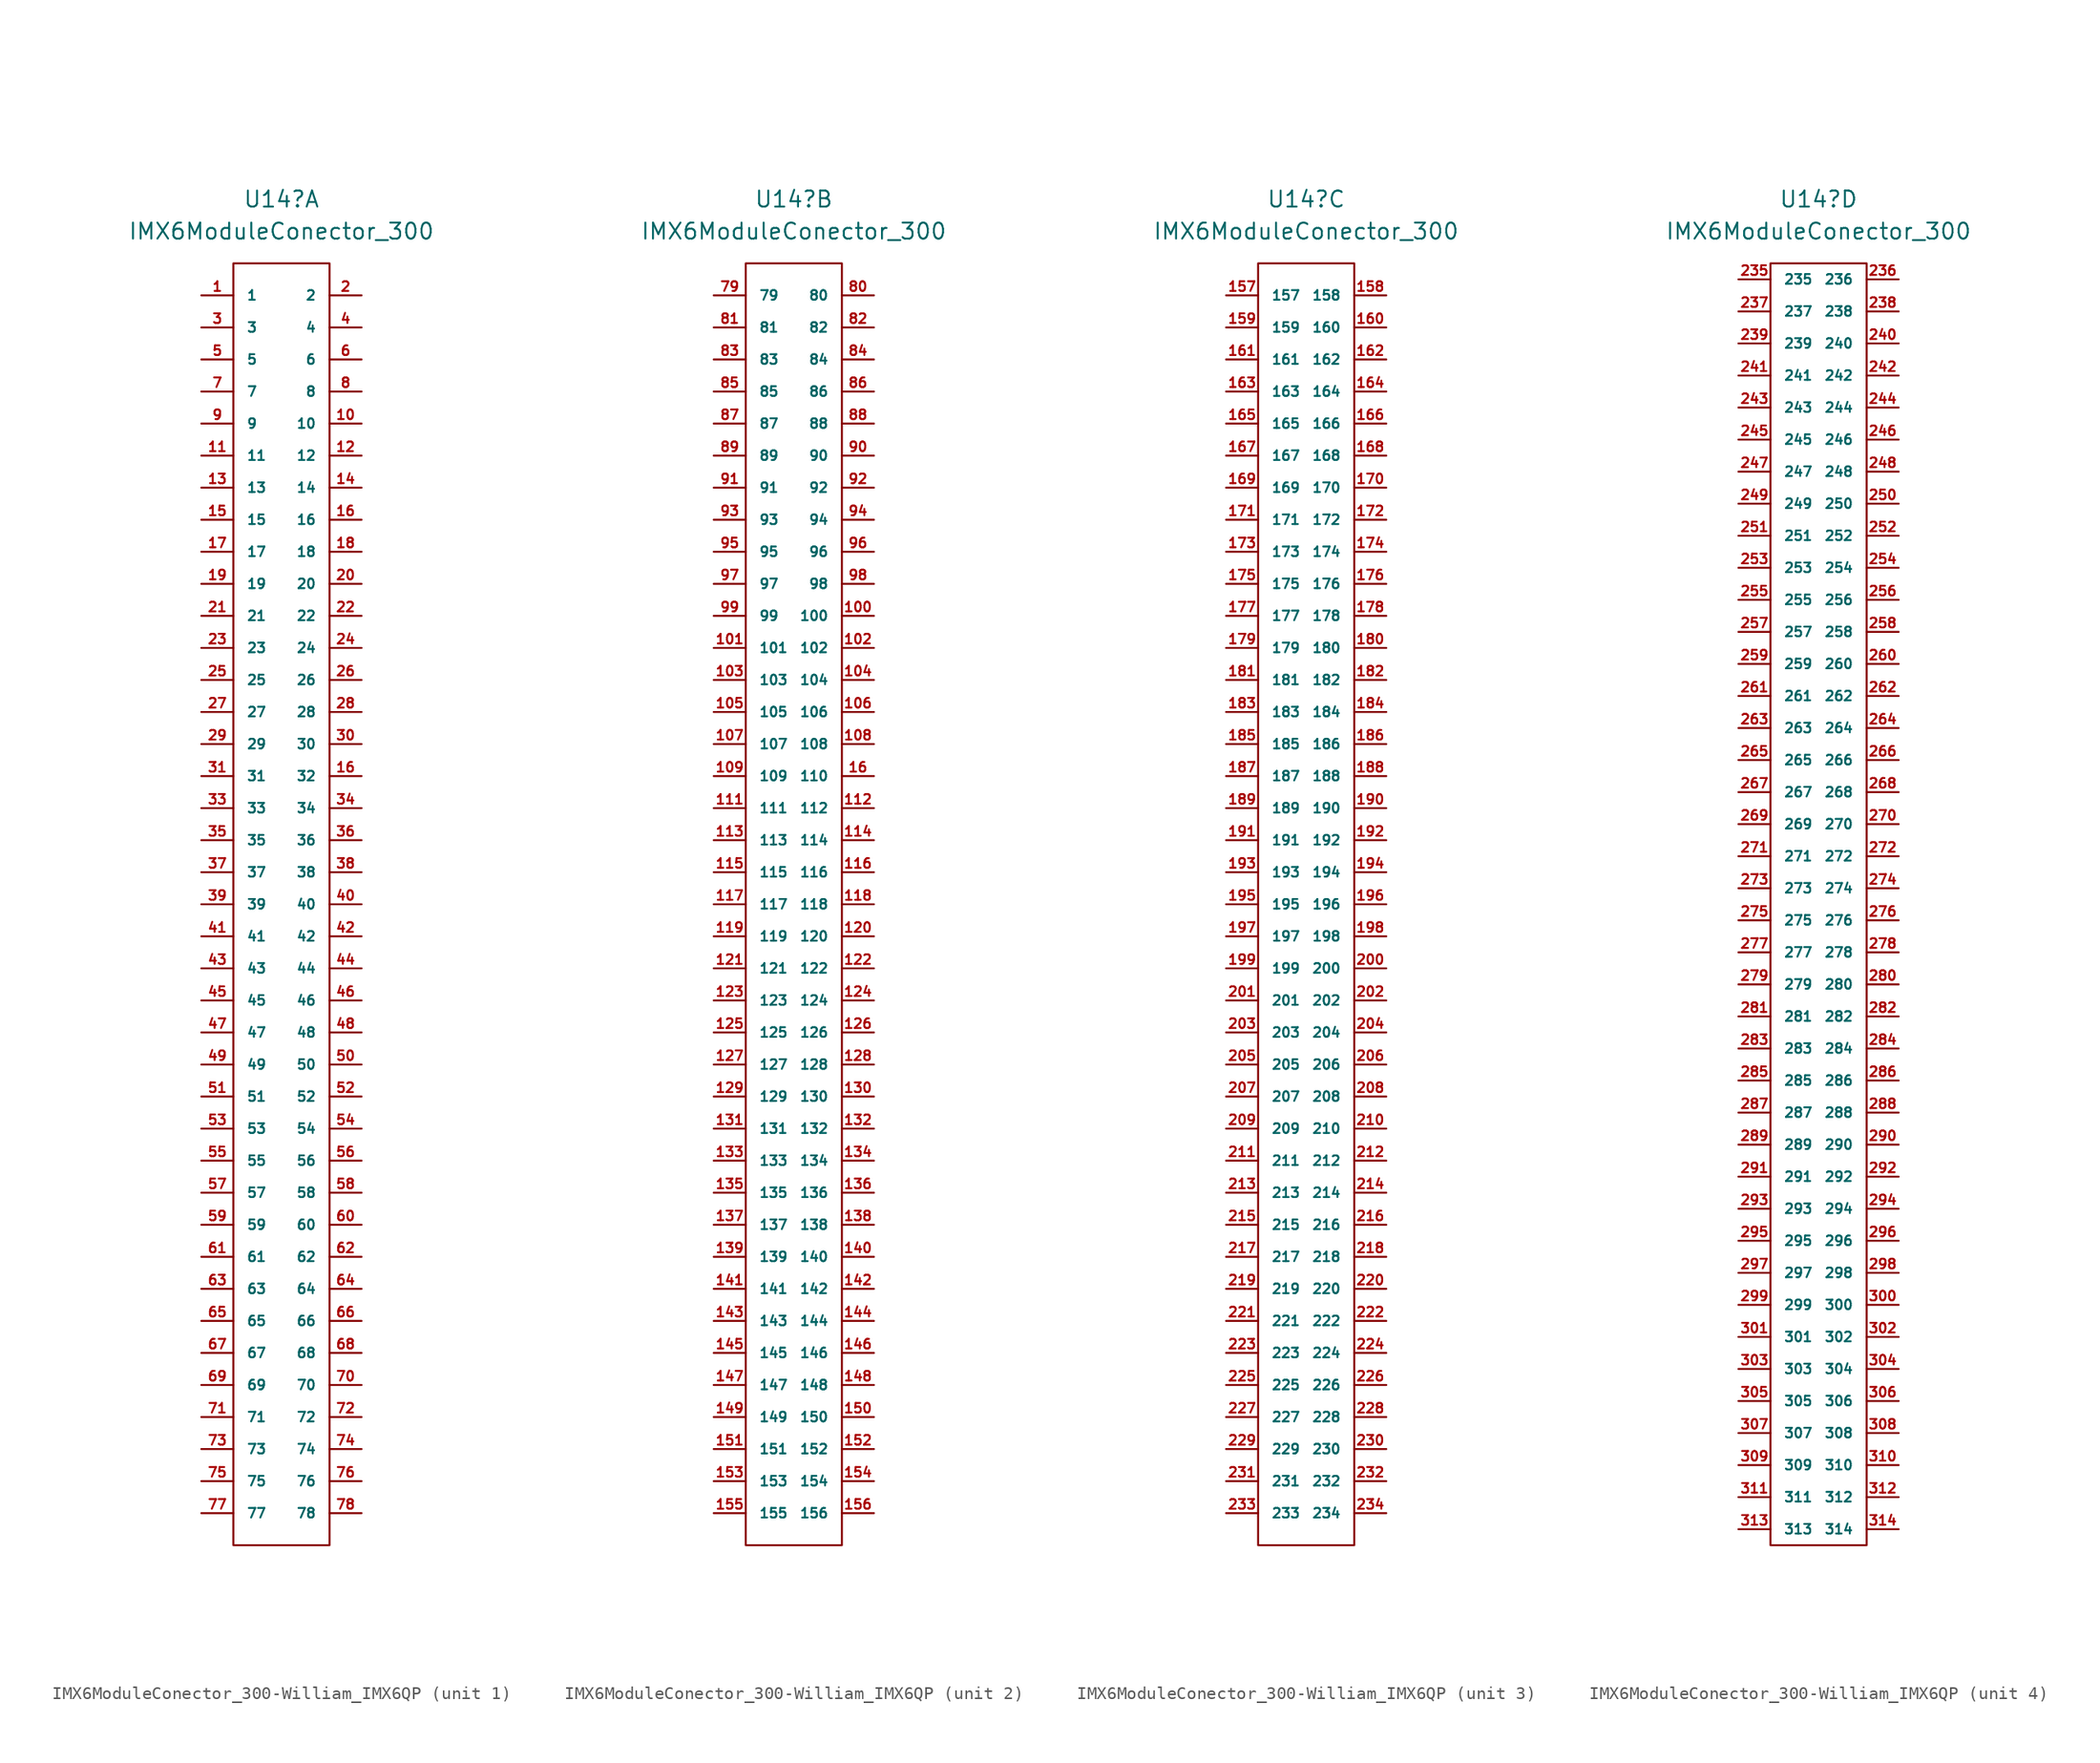
<source format=kicad_sym>
(kicad_symbol_lib
  (version 20231120)
  (generator "kicad_symbol_editor")
  (generator_version "8.0")
  (symbol "IMX6ModuleConector_300-William_IMX6QP"
    (pin_names
      (offset 1.016))
    (property "Reference" "U14"
      (at 0 0 0)
      (effects (font (size 1.27 1.27))))
    (property "Value" "IMX6ModuleConector_300"
      (at 0 -2.54 0)
      (effects (font (size 1.27 1.27))))
    (symbol "IMX6ModuleConector_300-William_IMX6QP_0_1"
      (rectangle (start -3.81 -5.08) (end 3.81 -106.68) (stroke (width 0) (type default)) (fill (type none))))
    (symbol "IMX6ModuleConector_300-William_IMX6QP_1_1"
      (pin input line (at -6.35 -7.62 0) (length 2.54) (name "1" (effects (font (size 0.762 0.762)))) (number "1" (effects (font (size 0.762 0.762)))))
      (pin input line (at 6.35 -17.78 180) (length 2.54) (name "10" (effects (font (size 0.762 0.762)))) (number "10" (effects (font (size 0.762 0.762)))))
      (pin input line (at -6.35 -20.32 0) (length 2.54) (name "11" (effects (font (size 0.762 0.762)))) (number "11" (effects (font (size 0.762 0.762)))))
      (pin input line (at 6.35 -20.32 180) (length 2.54) (name "12" (effects (font (size 0.762 0.762)))) (number "12" (effects (font (size 0.762 0.762)))))
      (pin input line (at -6.35 -22.86 0) (length 2.54) (name "13" (effects (font (size 0.762 0.762)))) (number "13" (effects (font (size 0.762 0.762)))))
      (pin input line (at 6.35 -22.86 180) (length 2.54) (name "14" (effects (font (size 0.762 0.762)))) (number "14" (effects (font (size 0.762 0.762)))))
      (pin input line (at -6.35 -25.4 0) (length 2.54) (name "15" (effects (font (size 0.762 0.762)))) (number "15" (effects (font (size 0.762 0.762)))))
      (pin input line (at 6.35 -25.4 180) (length 2.54) (name "16" (effects (font (size 0.762 0.762)))) (number "16" (effects (font (size 0.762 0.762)))))
      (pin input line (at 6.35 -45.72 180) (length 2.54) (name "32" (effects (font (size 0.762 0.762)))) (number "16" (effects (font (size 0.762 0.762)))))
      (pin input line (at -6.35 -27.94 0) (length 2.54) (name "17" (effects (font (size 0.762 0.762)))) (number "17" (effects (font (size 0.762 0.762)))))
      (pin input line (at 6.35 -27.94 180) (length 2.54) (name "18" (effects (font (size 0.762 0.762)))) (number "18" (effects (font (size 0.762 0.762)))))
      (pin input line (at -6.35 -30.48 0) (length 2.54) (name "19" (effects (font (size 0.762 0.762)))) (number "19" (effects (font (size 0.762 0.762)))))
      (pin input line (at 6.35 -7.62 180) (length 2.54) (name "2" (effects (font (size 0.762 0.762)))) (number "2" (effects (font (size 0.762 0.762)))))
      (pin input line (at 6.35 -30.48 180) (length 2.54) (name "20" (effects (font (size 0.762 0.762)))) (number "20" (effects (font (size 0.762 0.762)))))
      (pin input line (at -6.35 -33.02 0) (length 2.54) (name "21" (effects (font (size 0.762 0.762)))) (number "21" (effects (font (size 0.762 0.762)))))
      (pin input line (at 6.35 -33.02 180) (length 2.54) (name "22" (effects (font (size 0.762 0.762)))) (number "22" (effects (font (size 0.762 0.762)))))
      (pin input line (at -6.35 -35.56 0) (length 2.54) (name "23" (effects (font (size 0.762 0.762)))) (number "23" (effects (font (size 0.762 0.762)))))
      (pin input line (at 6.35 -35.56 180) (length 2.54) (name "24" (effects (font (size 0.762 0.762)))) (number "24" (effects (font (size 0.762 0.762)))))
      (pin input line (at -6.35 -38.1 0) (length 2.54) (name "25" (effects (font (size 0.762 0.762)))) (number "25" (effects (font (size 0.762 0.762)))))
      (pin input line (at 6.35 -38.1 180) (length 2.54) (name "26" (effects (font (size 0.762 0.762)))) (number "26" (effects (font (size 0.762 0.762)))))
      (pin input line (at -6.35 -40.64 0) (length 2.54) (name "27" (effects (font (size 0.762 0.762)))) (number "27" (effects (font (size 0.762 0.762)))))
      (pin input line (at 6.35 -40.64 180) (length 2.54) (name "28" (effects (font (size 0.762 0.762)))) (number "28" (effects (font (size 0.762 0.762)))))
      (pin input line (at -6.35 -43.18 0) (length 2.54) (name "29" (effects (font (size 0.762 0.762)))) (number "29" (effects (font (size 0.762 0.762)))))
      (pin input line (at -6.35 -10.16 0) (length 2.54) (name "3" (effects (font (size 0.762 0.762)))) (number "3" (effects (font (size 0.762 0.762)))))
      (pin input line (at 6.35 -43.18 180) (length 2.54) (name "30" (effects (font (size 0.762 0.762)))) (number "30" (effects (font (size 0.762 0.762)))))
      (pin input line (at -6.35 -45.72 0) (length 2.54) (name "31" (effects (font (size 0.762 0.762)))) (number "31" (effects (font (size 0.762 0.762)))))
      (pin input line (at -6.35 -48.26 0) (length 2.54) (name "33" (effects (font (size 0.762 0.762)))) (number "33" (effects (font (size 0.762 0.762)))))
      (pin input line (at 6.35 -48.26 180) (length 2.54) (name "34" (effects (font (size 0.762 0.762)))) (number "34" (effects (font (size 0.762 0.762)))))
      (pin input line (at -6.35 -50.8 0) (length 2.54) (name "35" (effects (font (size 0.762 0.762)))) (number "35" (effects (font (size 0.762 0.762)))))
      (pin input line (at 6.35 -50.8 180) (length 2.54) (name "36" (effects (font (size 0.762 0.762)))) (number "36" (effects (font (size 0.762 0.762)))))
      (pin input line (at -6.35 -53.34 0) (length 2.54) (name "37" (effects (font (size 0.762 0.762)))) (number "37" (effects (font (size 0.762 0.762)))))
      (pin input line (at 6.35 -53.34 180) (length 2.54) (name "38" (effects (font (size 0.762 0.762)))) (number "38" (effects (font (size 0.762 0.762)))))
      (pin input line (at -6.35 -55.88 0) (length 2.54) (name "39" (effects (font (size 0.762 0.762)))) (number "39" (effects (font (size 0.762 0.762)))))
      (pin input line (at 6.35 -10.16 180) (length 2.54) (name "4" (effects (font (size 0.762 0.762)))) (number "4" (effects (font (size 0.762 0.762)))))
      (pin input line (at 6.35 -55.88 180) (length 2.54) (name "40" (effects (font (size 0.762 0.762)))) (number "40" (effects (font (size 0.762 0.762)))))
      (pin input line (at -6.35 -58.42 0) (length 2.54) (name "41" (effects (font (size 0.762 0.762)))) (number "41" (effects (font (size 0.762 0.762)))))
      (pin input line (at 6.35 -58.42 180) (length 2.54) (name "42" (effects (font (size 0.762 0.762)))) (number "42" (effects (font (size 0.762 0.762)))))
      (pin input line (at -6.35 -60.96 0) (length 2.54) (name "43" (effects (font (size 0.762 0.762)))) (number "43" (effects (font (size 0.762 0.762)))))
      (pin input line (at 6.35 -60.96 180) (length 2.54) (name "44" (effects (font (size 0.762 0.762)))) (number "44" (effects (font (size 0.762 0.762)))))
      (pin input line (at -6.35 -63.5 0) (length 2.54) (name "45" (effects (font (size 0.762 0.762)))) (number "45" (effects (font (size 0.762 0.762)))))
      (pin input line (at 6.35 -63.5 180) (length 2.54) (name "46" (effects (font (size 0.762 0.762)))) (number "46" (effects (font (size 0.762 0.762)))))
      (pin input line (at -6.35 -66.04 0) (length 2.54) (name "47" (effects (font (size 0.762 0.762)))) (number "47" (effects (font (size 0.762 0.762)))))
      (pin input line (at 6.35 -66.04 180) (length 2.54) (name "48" (effects (font (size 0.762 0.762)))) (number "48" (effects (font (size 0.762 0.762)))))
      (pin input line (at -6.35 -68.58 0) (length 2.54) (name "49" (effects (font (size 0.762 0.762)))) (number "49" (effects (font (size 0.762 0.762)))))
      (pin input line (at -6.35 -12.7 0) (length 2.54) (name "5" (effects (font (size 0.762 0.762)))) (number "5" (effects (font (size 0.762 0.762)))))
      (pin input line (at 6.35 -68.58 180) (length 2.54) (name "50" (effects (font (size 0.762 0.762)))) (number "50" (effects (font (size 0.762 0.762)))))
      (pin input line (at -6.35 -71.12 0) (length 2.54) (name "51" (effects (font (size 0.762 0.762)))) (number "51" (effects (font (size 0.762 0.762)))))
      (pin input line (at 6.35 -71.12 180) (length 2.54) (name "52" (effects (font (size 0.762 0.762)))) (number "52" (effects (font (size 0.762 0.762)))))
      (pin input line (at -6.35 -73.66 0) (length 2.54) (name "53" (effects (font (size 0.762 0.762)))) (number "53" (effects (font (size 0.762 0.762)))))
      (pin input line (at 6.35 -73.66 180) (length 2.54) (name "54" (effects (font (size 0.762 0.762)))) (number "54" (effects (font (size 0.762 0.762)))))
      (pin input line (at -6.35 -76.2 0) (length 2.54) (name "55" (effects (font (size 0.762 0.762)))) (number "55" (effects (font (size 0.762 0.762)))))
      (pin input line (at 6.35 -76.2 180) (length 2.54) (name "56" (effects (font (size 0.762 0.762)))) (number "56" (effects (font (size 0.762 0.762)))))
      (pin input line (at -6.35 -78.74 0) (length 2.54) (name "57" (effects (font (size 0.762 0.762)))) (number "57" (effects (font (size 0.762 0.762)))))
      (pin input line (at 6.35 -78.74 180) (length 2.54) (name "58" (effects (font (size 0.762 0.762)))) (number "58" (effects (font (size 0.762 0.762)))))
      (pin input line (at -6.35 -81.28 0) (length 2.54) (name "59" (effects (font (size 0.762 0.762)))) (number "59" (effects (font (size 0.762 0.762)))))
      (pin input line (at 6.35 -12.7 180) (length 2.54) (name "6" (effects (font (size 0.762 0.762)))) (number "6" (effects (font (size 0.762 0.762)))))
      (pin input line (at 6.35 -81.28 180) (length 2.54) (name "60" (effects (font (size 0.762 0.762)))) (number "60" (effects (font (size 0.762 0.762)))))
      (pin input line (at -6.35 -83.82 0) (length 2.54) (name "61" (effects (font (size 0.762 0.762)))) (number "61" (effects (font (size 0.762 0.762)))))
      (pin input line (at 6.35 -83.82 180) (length 2.54) (name "62" (effects (font (size 0.762 0.762)))) (number "62" (effects (font (size 0.762 0.762)))))
      (pin input line (at -6.35 -86.36 0) (length 2.54) (name "63" (effects (font (size 0.762 0.762)))) (number "63" (effects (font (size 0.762 0.762)))))
      (pin input line (at 6.35 -86.36 180) (length 2.54) (name "64" (effects (font (size 0.762 0.762)))) (number "64" (effects (font (size 0.762 0.762)))))
      (pin input line (at -6.35 -88.9 0) (length 2.54) (name "65" (effects (font (size 0.762 0.762)))) (number "65" (effects (font (size 0.762 0.762)))))
      (pin input line (at 6.35 -88.9 180) (length 2.54) (name "66" (effects (font (size 0.762 0.762)))) (number "66" (effects (font (size 0.762 0.762)))))
      (pin input line (at -6.35 -91.44 0) (length 2.54) (name "67" (effects (font (size 0.762 0.762)))) (number "67" (effects (font (size 0.762 0.762)))))
      (pin input line (at 6.35 -91.44 180) (length 2.54) (name "68" (effects (font (size 0.762 0.762)))) (number "68" (effects (font (size 0.762 0.762)))))
      (pin input line (at -6.35 -93.98 0) (length 2.54) (name "69" (effects (font (size 0.762 0.762)))) (number "69" (effects (font (size 0.762 0.762)))))
      (pin input line (at -6.35 -15.24 0) (length 2.54) (name "7" (effects (font (size 0.762 0.762)))) (number "7" (effects (font (size 0.762 0.762)))))
      (pin input line (at 6.35 -93.98 180) (length 2.54) (name "70" (effects (font (size 0.762 0.762)))) (number "70" (effects (font (size 0.762 0.762)))))
      (pin input line (at -6.35 -96.52 0) (length 2.54) (name "71" (effects (font (size 0.762 0.762)))) (number "71" (effects (font (size 0.762 0.762)))))
      (pin input line (at 6.35 -96.52 180) (length 2.54) (name "72" (effects (font (size 0.762 0.762)))) (number "72" (effects (font (size 0.762 0.762)))))
      (pin input line (at -6.35 -99.06 0) (length 2.54) (name "73" (effects (font (size 0.762 0.762)))) (number "73" (effects (font (size 0.762 0.762)))))
      (pin input line (at 6.35 -99.06 180) (length 2.54) (name "74" (effects (font (size 0.762 0.762)))) (number "74" (effects (font (size 0.762 0.762)))))
      (pin input line (at -6.35 -101.6 0) (length 2.54) (name "75" (effects (font (size 0.762 0.762)))) (number "75" (effects (font (size 0.762 0.762)))))
      (pin input line (at 6.35 -101.6 180) (length 2.54) (name "76" (effects (font (size 0.762 0.762)))) (number "76" (effects (font (size 0.762 0.762)))))
      (pin input line (at -6.35 -104.14 0) (length 2.54) (name "77" (effects (font (size 0.762 0.762)))) (number "77" (effects (font (size 0.762 0.762)))))
      (pin input line (at 6.35 -104.14 180) (length 2.54) (name "78" (effects (font (size 0.762 0.762)))) (number "78" (effects (font (size 0.762 0.762)))))
      (pin input line (at 6.35 -15.24 180) (length 2.54) (name "8" (effects (font (size 0.762 0.762)))) (number "8" (effects (font (size 0.762 0.762)))))
      (pin input line (at -6.35 -17.78 0) (length 2.54) (name "9" (effects (font (size 0.762 0.762)))) (number "9" (effects (font (size 0.762 0.762))))))
    (symbol "IMX6ModuleConector_300-William_IMX6QP_2_1"
      (pin input line (at 6.35 -33.02 180) (length 2.54) (name "100" (effects (font (size 0.762 0.762)))) (number "100" (effects (font (size 0.762 0.762)))))
      (pin input line (at -6.35 -35.56 0) (length 2.54) (name "101" (effects (font (size 0.762 0.762)))) (number "101" (effects (font (size 0.762 0.762)))))
      (pin input line (at 6.35 -35.56 180) (length 2.54) (name "102" (effects (font (size 0.762 0.762)))) (number "102" (effects (font (size 0.762 0.762)))))
      (pin input line (at -6.35 -38.1 0) (length 2.54) (name "103" (effects (font (size 0.762 0.762)))) (number "103" (effects (font (size 0.762 0.762)))))
      (pin input line (at 6.35 -38.1 180) (length 2.54) (name "104" (effects (font (size 0.762 0.762)))) (number "104" (effects (font (size 0.762 0.762)))))
      (pin input line (at -6.35 -40.64 0) (length 2.54) (name "105" (effects (font (size 0.762 0.762)))) (number "105" (effects (font (size 0.762 0.762)))))
      (pin input line (at 6.35 -40.64 180) (length 2.54) (name "106" (effects (font (size 0.762 0.762)))) (number "106" (effects (font (size 0.762 0.762)))))
      (pin input line (at -6.35 -43.18 0) (length 2.54) (name "107" (effects (font (size 0.762 0.762)))) (number "107" (effects (font (size 0.762 0.762)))))
      (pin input line (at 6.35 -43.18 180) (length 2.54) (name "108" (effects (font (size 0.762 0.762)))) (number "108" (effects (font (size 0.762 0.762)))))
      (pin input line (at -6.35 -45.72 0) (length 2.54) (name "109" (effects (font (size 0.762 0.762)))) (number "109" (effects (font (size 0.762 0.762)))))
      (pin input line (at -6.35 -48.26 0) (length 2.54) (name "111" (effects (font (size 0.762 0.762)))) (number "111" (effects (font (size 0.762 0.762)))))
      (pin input line (at 6.35 -48.26 180) (length 2.54) (name "112" (effects (font (size 0.762 0.762)))) (number "112" (effects (font (size 0.762 0.762)))))
      (pin input line (at -6.35 -50.8 0) (length 2.54) (name "113" (effects (font (size 0.762 0.762)))) (number "113" (effects (font (size 0.762 0.762)))))
      (pin input line (at 6.35 -50.8 180) (length 2.54) (name "114" (effects (font (size 0.762 0.762)))) (number "114" (effects (font (size 0.762 0.762)))))
      (pin input line (at -6.35 -53.34 0) (length 2.54) (name "115" (effects (font (size 0.762 0.762)))) (number "115" (effects (font (size 0.762 0.762)))))
      (pin input line (at 6.35 -53.34 180) (length 2.54) (name "116" (effects (font (size 0.762 0.762)))) (number "116" (effects (font (size 0.762 0.762)))))
      (pin input line (at -6.35 -55.88 0) (length 2.54) (name "117" (effects (font (size 0.762 0.762)))) (number "117" (effects (font (size 0.762 0.762)))))
      (pin input line (at 6.35 -55.88 180) (length 2.54) (name "118" (effects (font (size 0.762 0.762)))) (number "118" (effects (font (size 0.762 0.762)))))
      (pin input line (at -6.35 -58.42 0) (length 2.54) (name "119" (effects (font (size 0.762 0.762)))) (number "119" (effects (font (size 0.762 0.762)))))
      (pin input line (at 6.35 -58.42 180) (length 2.54) (name "120" (effects (font (size 0.762 0.762)))) (number "120" (effects (font (size 0.762 0.762)))))
      (pin input line (at -6.35 -60.96 0) (length 2.54) (name "121" (effects (font (size 0.762 0.762)))) (number "121" (effects (font (size 0.762 0.762)))))
      (pin input line (at 6.35 -60.96 180) (length 2.54) (name "122" (effects (font (size 0.762 0.762)))) (number "122" (effects (font (size 0.762 0.762)))))
      (pin input line (at -6.35 -63.5 0) (length 2.54) (name "123" (effects (font (size 0.762 0.762)))) (number "123" (effects (font (size 0.762 0.762)))))
      (pin input line (at 6.35 -63.5 180) (length 2.54) (name "124" (effects (font (size 0.762 0.762)))) (number "124" (effects (font (size 0.762 0.762)))))
      (pin input line (at -6.35 -66.04 0) (length 2.54) (name "125" (effects (font (size 0.762 0.762)))) (number "125" (effects (font (size 0.762 0.762)))))
      (pin input line (at 6.35 -66.04 180) (length 2.54) (name "126" (effects (font (size 0.762 0.762)))) (number "126" (effects (font (size 0.762 0.762)))))
      (pin input line (at -6.35 -68.58 0) (length 2.54) (name "127" (effects (font (size 0.762 0.762)))) (number "127" (effects (font (size 0.762 0.762)))))
      (pin input line (at 6.35 -68.58 180) (length 2.54) (name "128" (effects (font (size 0.762 0.762)))) (number "128" (effects (font (size 0.762 0.762)))))
      (pin input line (at -6.35 -71.12 0) (length 2.54) (name "129" (effects (font (size 0.762 0.762)))) (number "129" (effects (font (size 0.762 0.762)))))
      (pin input line (at 6.35 -71.12 180) (length 2.54) (name "130" (effects (font (size 0.762 0.762)))) (number "130" (effects (font (size 0.762 0.762)))))
      (pin input line (at -6.35 -73.66 0) (length 2.54) (name "131" (effects (font (size 0.762 0.762)))) (number "131" (effects (font (size 0.762 0.762)))))
      (pin input line (at 6.35 -73.66 180) (length 2.54) (name "132" (effects (font (size 0.762 0.762)))) (number "132" (effects (font (size 0.762 0.762)))))
      (pin input line (at -6.35 -76.2 0) (length 2.54) (name "133" (effects (font (size 0.762 0.762)))) (number "133" (effects (font (size 0.762 0.762)))))
      (pin input line (at 6.35 -76.2 180) (length 2.54) (name "134" (effects (font (size 0.762 0.762)))) (number "134" (effects (font (size 0.762 0.762)))))
      (pin input line (at -6.35 -78.74 0) (length 2.54) (name "135" (effects (font (size 0.762 0.762)))) (number "135" (effects (font (size 0.762 0.762)))))
      (pin input line (at 6.35 -78.74 180) (length 2.54) (name "136" (effects (font (size 0.762 0.762)))) (number "136" (effects (font (size 0.762 0.762)))))
      (pin input line (at -6.35 -81.28 0) (length 2.54) (name "137" (effects (font (size 0.762 0.762)))) (number "137" (effects (font (size 0.762 0.762)))))
      (pin input line (at 6.35 -81.28 180) (length 2.54) (name "138" (effects (font (size 0.762 0.762)))) (number "138" (effects (font (size 0.762 0.762)))))
      (pin input line (at -6.35 -83.82 0) (length 2.54) (name "139" (effects (font (size 0.762 0.762)))) (number "139" (effects (font (size 0.762 0.762)))))
      (pin input line (at 6.35 -83.82 180) (length 2.54) (name "140" (effects (font (size 0.762 0.762)))) (number "140" (effects (font (size 0.762 0.762)))))
      (pin input line (at -6.35 -86.36 0) (length 2.54) (name "141" (effects (font (size 0.762 0.762)))) (number "141" (effects (font (size 0.762 0.762)))))
      (pin input line (at 6.35 -86.36 180) (length 2.54) (name "142" (effects (font (size 0.762 0.762)))) (number "142" (effects (font (size 0.762 0.762)))))
      (pin input line (at -6.35 -88.9 0) (length 2.54) (name "143" (effects (font (size 0.762 0.762)))) (number "143" (effects (font (size 0.762 0.762)))))
      (pin input line (at 6.35 -88.9 180) (length 2.54) (name "144" (effects (font (size 0.762 0.762)))) (number "144" (effects (font (size 0.762 0.762)))))
      (pin input line (at -6.35 -91.44 0) (length 2.54) (name "145" (effects (font (size 0.762 0.762)))) (number "145" (effects (font (size 0.762 0.762)))))
      (pin input line (at 6.35 -91.44 180) (length 2.54) (name "146" (effects (font (size 0.762 0.762)))) (number "146" (effects (font (size 0.762 0.762)))))
      (pin input line (at -6.35 -93.98 0) (length 2.54) (name "147" (effects (font (size 0.762 0.762)))) (number "147" (effects (font (size 0.762 0.762)))))
      (pin input line (at 6.35 -93.98 180) (length 2.54) (name "148" (effects (font (size 0.762 0.762)))) (number "148" (effects (font (size 0.762 0.762)))))
      (pin input line (at -6.35 -96.52 0) (length 2.54) (name "149" (effects (font (size 0.762 0.762)))) (number "149" (effects (font (size 0.762 0.762)))))
      (pin input line (at 6.35 -96.52 180) (length 2.54) (name "150" (effects (font (size 0.762 0.762)))) (number "150" (effects (font (size 0.762 0.762)))))
      (pin input line (at -6.35 -99.06 0) (length 2.54) (name "151" (effects (font (size 0.762 0.762)))) (number "151" (effects (font (size 0.762 0.762)))))
      (pin input line (at 6.35 -99.06 180) (length 2.54) (name "152" (effects (font (size 0.762 0.762)))) (number "152" (effects (font (size 0.762 0.762)))))
      (pin input line (at -6.35 -101.6 0) (length 2.54) (name "153" (effects (font (size 0.762 0.762)))) (number "153" (effects (font (size 0.762 0.762)))))
      (pin input line (at 6.35 -101.6 180) (length 2.54) (name "154" (effects (font (size 0.762 0.762)))) (number "154" (effects (font (size 0.762 0.762)))))
      (pin input line (at -6.35 -104.14 0) (length 2.54) (name "155" (effects (font (size 0.762 0.762)))) (number "155" (effects (font (size 0.762 0.762)))))
      (pin input line (at 6.35 -104.14 180) (length 2.54) (name "156" (effects (font (size 0.762 0.762)))) (number "156" (effects (font (size 0.762 0.762)))))
      (pin input line (at 6.35 -45.72 180) (length 2.54) (name "110" (effects (font (size 0.762 0.762)))) (number "16" (effects (font (size 0.762 0.762)))))
      (pin input line (at -6.35 -7.62 0) (length 2.54) (name "79" (effects (font (size 0.762 0.762)))) (number "79" (effects (font (size 0.762 0.762)))))
      (pin input line (at 6.35 -7.62 180) (length 2.54) (name "80" (effects (font (size 0.762 0.762)))) (number "80" (effects (font (size 0.762 0.762)))))
      (pin input line (at -6.35 -10.16 0) (length 2.54) (name "81" (effects (font (size 0.762 0.762)))) (number "81" (effects (font (size 0.762 0.762)))))
      (pin input line (at 6.35 -10.16 180) (length 2.54) (name "82" (effects (font (size 0.762 0.762)))) (number "82" (effects (font (size 0.762 0.762)))))
      (pin input line (at -6.35 -12.7 0) (length 2.54) (name "83" (effects (font (size 0.762 0.762)))) (number "83" (effects (font (size 0.762 0.762)))))
      (pin input line (at 6.35 -12.7 180) (length 2.54) (name "84" (effects (font (size 0.762 0.762)))) (number "84" (effects (font (size 0.762 0.762)))))
      (pin input line (at -6.35 -15.24 0) (length 2.54) (name "85" (effects (font (size 0.762 0.762)))) (number "85" (effects (font (size 0.762 0.762)))))
      (pin input line (at 6.35 -15.24 180) (length 2.54) (name "86" (effects (font (size 0.762 0.762)))) (number "86" (effects (font (size 0.762 0.762)))))
      (pin input line (at -6.35 -17.78 0) (length 2.54) (name "87" (effects (font (size 0.762 0.762)))) (number "87" (effects (font (size 0.762 0.762)))))
      (pin input line (at 6.35 -17.78 180) (length 2.54) (name "88" (effects (font (size 0.762 0.762)))) (number "88" (effects (font (size 0.762 0.762)))))
      (pin input line (at -6.35 -20.32 0) (length 2.54) (name "89" (effects (font (size 0.762 0.762)))) (number "89" (effects (font (size 0.762 0.762)))))
      (pin input line (at 6.35 -20.32 180) (length 2.54) (name "90" (effects (font (size 0.762 0.762)))) (number "90" (effects (font (size 0.762 0.762)))))
      (pin input line (at -6.35 -22.86 0) (length 2.54) (name "91" (effects (font (size 0.762 0.762)))) (number "91" (effects (font (size 0.762 0.762)))))
      (pin input line (at 6.35 -22.86 180) (length 2.54) (name "92" (effects (font (size 0.762 0.762)))) (number "92" (effects (font (size 0.762 0.762)))))
      (pin input line (at -6.35 -25.4 0) (length 2.54) (name "93" (effects (font (size 0.762 0.762)))) (number "93" (effects (font (size 0.762 0.762)))))
      (pin input line (at 6.35 -25.4 180) (length 2.54) (name "94" (effects (font (size 0.762 0.762)))) (number "94" (effects (font (size 0.762 0.762)))))
      (pin input line (at -6.35 -27.94 0) (length 2.54) (name "95" (effects (font (size 0.762 0.762)))) (number "95" (effects (font (size 0.762 0.762)))))
      (pin input line (at 6.35 -27.94 180) (length 2.54) (name "96" (effects (font (size 0.762 0.762)))) (number "96" (effects (font (size 0.762 0.762)))))
      (pin input line (at -6.35 -30.48 0) (length 2.54) (name "97" (effects (font (size 0.762 0.762)))) (number "97" (effects (font (size 0.762 0.762)))))
      (pin input line (at 6.35 -30.48 180) (length 2.54) (name "98" (effects (font (size 0.762 0.762)))) (number "98" (effects (font (size 0.762 0.762)))))
      (pin input line (at -6.35 -33.02 0) (length 2.54) (name "99" (effects (font (size 0.762 0.762)))) (number "99" (effects (font (size 0.762 0.762))))))
    (symbol "IMX6ModuleConector_300-William_IMX6QP_3_1"
      (pin input line (at -6.35 -7.62 0) (length 2.54) (name "157" (effects (font (size 0.762 0.762)))) (number "157" (effects (font (size 0.762 0.762)))))
      (pin input line (at 6.35 -7.62 180) (length 2.54) (name "158" (effects (font (size 0.762 0.762)))) (number "158" (effects (font (size 0.762 0.762)))))
      (pin input line (at -6.35 -10.16 0) (length 2.54) (name "159" (effects (font (size 0.762 0.762)))) (number "159" (effects (font (size 0.762 0.762)))))
      (pin input line (at 6.35 -10.16 180) (length 2.54) (name "160" (effects (font (size 0.762 0.762)))) (number "160" (effects (font (size 0.762 0.762)))))
      (pin input line (at -6.35 -12.7 0) (length 2.54) (name "161" (effects (font (size 0.762 0.762)))) (number "161" (effects (font (size 0.762 0.762)))))
      (pin input line (at 6.35 -12.7 180) (length 2.54) (name "162" (effects (font (size 0.762 0.762)))) (number "162" (effects (font (size 0.762 0.762)))))
      (pin input line (at -6.35 -15.24 0) (length 2.54) (name "163" (effects (font (size 0.762 0.762)))) (number "163" (effects (font (size 0.762 0.762)))))
      (pin input line (at 6.35 -15.24 180) (length 2.54) (name "164" (effects (font (size 0.762 0.762)))) (number "164" (effects (font (size 0.762 0.762)))))
      (pin input line (at -6.35 -17.78 0) (length 2.54) (name "165" (effects (font (size 0.762 0.762)))) (number "165" (effects (font (size 0.762 0.762)))))
      (pin input line (at 6.35 -17.78 180) (length 2.54) (name "166" (effects (font (size 0.762 0.762)))) (number "166" (effects (font (size 0.762 0.762)))))
      (pin input line (at -6.35 -20.32 0) (length 2.54) (name "167" (effects (font (size 0.762 0.762)))) (number "167" (effects (font (size 0.762 0.762)))))
      (pin input line (at 6.35 -20.32 180) (length 2.54) (name "168" (effects (font (size 0.762 0.762)))) (number "168" (effects (font (size 0.762 0.762)))))
      (pin input line (at -6.35 -22.86 0) (length 2.54) (name "169" (effects (font (size 0.762 0.762)))) (number "169" (effects (font (size 0.762 0.762)))))
      (pin input line (at 6.35 -22.86 180) (length 2.54) (name "170" (effects (font (size 0.762 0.762)))) (number "170" (effects (font (size 0.762 0.762)))))
      (pin input line (at -6.35 -25.4 0) (length 2.54) (name "171" (effects (font (size 0.762 0.762)))) (number "171" (effects (font (size 0.762 0.762)))))
      (pin input line (at 6.35 -25.4 180) (length 2.54) (name "172" (effects (font (size 0.762 0.762)))) (number "172" (effects (font (size 0.762 0.762)))))
      (pin input line (at -6.35 -27.94 0) (length 2.54) (name "173" (effects (font (size 0.762 0.762)))) (number "173" (effects (font (size 0.762 0.762)))))
      (pin input line (at 6.35 -27.94 180) (length 2.54) (name "174" (effects (font (size 0.762 0.762)))) (number "174" (effects (font (size 0.762 0.762)))))
      (pin input line (at -6.35 -30.48 0) (length 2.54) (name "175" (effects (font (size 0.762 0.762)))) (number "175" (effects (font (size 0.762 0.762)))))
      (pin input line (at 6.35 -30.48 180) (length 2.54) (name "176" (effects (font (size 0.762 0.762)))) (number "176" (effects (font (size 0.762 0.762)))))
      (pin input line (at -6.35 -33.02 0) (length 2.54) (name "177" (effects (font (size 0.762 0.762)))) (number "177" (effects (font (size 0.762 0.762)))))
      (pin input line (at 6.35 -33.02 180) (length 2.54) (name "178" (effects (font (size 0.762 0.762)))) (number "178" (effects (font (size 0.762 0.762)))))
      (pin input line (at -6.35 -35.56 0) (length 2.54) (name "179" (effects (font (size 0.762 0.762)))) (number "179" (effects (font (size 0.762 0.762)))))
      (pin input line (at 6.35 -35.56 180) (length 2.54) (name "180" (effects (font (size 0.762 0.762)))) (number "180" (effects (font (size 0.762 0.762)))))
      (pin input line (at -6.35 -38.1 0) (length 2.54) (name "181" (effects (font (size 0.762 0.762)))) (number "181" (effects (font (size 0.762 0.762)))))
      (pin input line (at 6.35 -38.1 180) (length 2.54) (name "182" (effects (font (size 0.762 0.762)))) (number "182" (effects (font (size 0.762 0.762)))))
      (pin input line (at -6.35 -40.64 0) (length 2.54) (name "183" (effects (font (size 0.762 0.762)))) (number "183" (effects (font (size 0.762 0.762)))))
      (pin input line (at 6.35 -40.64 180) (length 2.54) (name "184" (effects (font (size 0.762 0.762)))) (number "184" (effects (font (size 0.762 0.762)))))
      (pin input line (at -6.35 -43.18 0) (length 2.54) (name "185" (effects (font (size 0.762 0.762)))) (number "185" (effects (font (size 0.762 0.762)))))
      (pin input line (at 6.35 -43.18 180) (length 2.54) (name "186" (effects (font (size 0.762 0.762)))) (number "186" (effects (font (size 0.762 0.762)))))
      (pin input line (at -6.35 -45.72 0) (length 2.54) (name "187" (effects (font (size 0.762 0.762)))) (number "187" (effects (font (size 0.762 0.762)))))
      (pin input line (at 6.35 -45.72 180) (length 2.54) (name "188" (effects (font (size 0.762 0.762)))) (number "188" (effects (font (size 0.762 0.762)))))
      (pin input line (at -6.35 -48.26 0) (length 2.54) (name "189" (effects (font (size 0.762 0.762)))) (number "189" (effects (font (size 0.762 0.762)))))
      (pin input line (at 6.35 -48.26 180) (length 2.54) (name "190" (effects (font (size 0.762 0.762)))) (number "190" (effects (font (size 0.762 0.762)))))
      (pin input line (at -6.35 -50.8 0) (length 2.54) (name "191" (effects (font (size 0.762 0.762)))) (number "191" (effects (font (size 0.762 0.762)))))
      (pin input line (at 6.35 -50.8 180) (length 2.54) (name "192" (effects (font (size 0.762 0.762)))) (number "192" (effects (font (size 0.762 0.762)))))
      (pin input line (at -6.35 -53.34 0) (length 2.54) (name "193" (effects (font (size 0.762 0.762)))) (number "193" (effects (font (size 0.762 0.762)))))
      (pin input line (at 6.35 -53.34 180) (length 2.54) (name "194" (effects (font (size 0.762 0.762)))) (number "194" (effects (font (size 0.762 0.762)))))
      (pin input line (at -6.35 -55.88 0) (length 2.54) (name "195" (effects (font (size 0.762 0.762)))) (number "195" (effects (font (size 0.762 0.762)))))
      (pin input line (at 6.35 -55.88 180) (length 2.54) (name "196" (effects (font (size 0.762 0.762)))) (number "196" (effects (font (size 0.762 0.762)))))
      (pin input line (at -6.35 -58.42 0) (length 2.54) (name "197" (effects (font (size 0.762 0.762)))) (number "197" (effects (font (size 0.762 0.762)))))
      (pin input line (at 6.35 -58.42 180) (length 2.54) (name "198" (effects (font (size 0.762 0.762)))) (number "198" (effects (font (size 0.762 0.762)))))
      (pin input line (at -6.35 -60.96 0) (length 2.54) (name "199" (effects (font (size 0.762 0.762)))) (number "199" (effects (font (size 0.762 0.762)))))
      (pin input line (at 6.35 -60.96 180) (length 2.54) (name "200" (effects (font (size 0.762 0.762)))) (number "200" (effects (font (size 0.762 0.762)))))
      (pin input line (at -6.35 -63.5 0) (length 2.54) (name "201" (effects (font (size 0.762 0.762)))) (number "201" (effects (font (size 0.762 0.762)))))
      (pin input line (at 6.35 -63.5 180) (length 2.54) (name "202" (effects (font (size 0.762 0.762)))) (number "202" (effects (font (size 0.762 0.762)))))
      (pin input line (at -6.35 -66.04 0) (length 2.54) (name "203" (effects (font (size 0.762 0.762)))) (number "203" (effects (font (size 0.762 0.762)))))
      (pin input line (at 6.35 -66.04 180) (length 2.54) (name "204" (effects (font (size 0.762 0.762)))) (number "204" (effects (font (size 0.762 0.762)))))
      (pin input line (at -6.35 -68.58 0) (length 2.54) (name "205" (effects (font (size 0.762 0.762)))) (number "205" (effects (font (size 0.762 0.762)))))
      (pin input line (at 6.35 -68.58 180) (length 2.54) (name "206" (effects (font (size 0.762 0.762)))) (number "206" (effects (font (size 0.762 0.762)))))
      (pin input line (at -6.35 -71.12 0) (length 2.54) (name "207" (effects (font (size 0.762 0.762)))) (number "207" (effects (font (size 0.762 0.762)))))
      (pin input line (at 6.35 -71.12 180) (length 2.54) (name "208" (effects (font (size 0.762 0.762)))) (number "208" (effects (font (size 0.762 0.762)))))
      (pin input line (at -6.35 -73.66 0) (length 2.54) (name "209" (effects (font (size 0.762 0.762)))) (number "209" (effects (font (size 0.762 0.762)))))
      (pin input line (at 6.35 -73.66 180) (length 2.54) (name "210" (effects (font (size 0.762 0.762)))) (number "210" (effects (font (size 0.762 0.762)))))
      (pin input line (at -6.35 -76.2 0) (length 2.54) (name "211" (effects (font (size 0.762 0.762)))) (number "211" (effects (font (size 0.762 0.762)))))
      (pin input line (at 6.35 -76.2 180) (length 2.54) (name "212" (effects (font (size 0.762 0.762)))) (number "212" (effects (font (size 0.762 0.762)))))
      (pin input line (at -6.35 -78.74 0) (length 2.54) (name "213" (effects (font (size 0.762 0.762)))) (number "213" (effects (font (size 0.762 0.762)))))
      (pin input line (at 6.35 -78.74 180) (length 2.54) (name "214" (effects (font (size 0.762 0.762)))) (number "214" (effects (font (size 0.762 0.762)))))
      (pin input line (at -6.35 -81.28 0) (length 2.54) (name "215" (effects (font (size 0.762 0.762)))) (number "215" (effects (font (size 0.762 0.762)))))
      (pin input line (at 6.35 -81.28 180) (length 2.54) (name "216" (effects (font (size 0.762 0.762)))) (number "216" (effects (font (size 0.762 0.762)))))
      (pin input line (at -6.35 -83.82 0) (length 2.54) (name "217" (effects (font (size 0.762 0.762)))) (number "217" (effects (font (size 0.762 0.762)))))
      (pin input line (at 6.35 -83.82 180) (length 2.54) (name "218" (effects (font (size 0.762 0.762)))) (number "218" (effects (font (size 0.762 0.762)))))
      (pin input line (at -6.35 -86.36 0) (length 2.54) (name "219" (effects (font (size 0.762 0.762)))) (number "219" (effects (font (size 0.762 0.762)))))
      (pin input line (at 6.35 -86.36 180) (length 2.54) (name "220" (effects (font (size 0.762 0.762)))) (number "220" (effects (font (size 0.762 0.762)))))
      (pin input line (at -6.35 -88.9 0) (length 2.54) (name "221" (effects (font (size 0.762 0.762)))) (number "221" (effects (font (size 0.762 0.762)))))
      (pin input line (at 6.35 -88.9 180) (length 2.54) (name "222" (effects (font (size 0.762 0.762)))) (number "222" (effects (font (size 0.762 0.762)))))
      (pin input line (at -6.35 -91.44 0) (length 2.54) (name "223" (effects (font (size 0.762 0.762)))) (number "223" (effects (font (size 0.762 0.762)))))
      (pin input line (at 6.35 -91.44 180) (length 2.54) (name "224" (effects (font (size 0.762 0.762)))) (number "224" (effects (font (size 0.762 0.762)))))
      (pin input line (at -6.35 -93.98 0) (length 2.54) (name "225" (effects (font (size 0.762 0.762)))) (number "225" (effects (font (size 0.762 0.762)))))
      (pin input line (at 6.35 -93.98 180) (length 2.54) (name "226" (effects (font (size 0.762 0.762)))) (number "226" (effects (font (size 0.762 0.762)))))
      (pin input line (at -6.35 -96.52 0) (length 2.54) (name "227" (effects (font (size 0.762 0.762)))) (number "227" (effects (font (size 0.762 0.762)))))
      (pin input line (at 6.35 -96.52 180) (length 2.54) (name "228" (effects (font (size 0.762 0.762)))) (number "228" (effects (font (size 0.762 0.762)))))
      (pin input line (at -6.35 -99.06 0) (length 2.54) (name "229" (effects (font (size 0.762 0.762)))) (number "229" (effects (font (size 0.762 0.762)))))
      (pin input line (at 6.35 -99.06 180) (length 2.54) (name "230" (effects (font (size 0.762 0.762)))) (number "230" (effects (font (size 0.762 0.762)))))
      (pin input line (at -6.35 -101.6 0) (length 2.54) (name "231" (effects (font (size 0.762 0.762)))) (number "231" (effects (font (size 0.762 0.762)))))
      (pin input line (at 6.35 -101.6 180) (length 2.54) (name "232" (effects (font (size 0.762 0.762)))) (number "232" (effects (font (size 0.762 0.762)))))
      (pin input line (at -6.35 -104.14 0) (length 2.54) (name "233" (effects (font (size 0.762 0.762)))) (number "233" (effects (font (size 0.762 0.762)))))
      (pin input line (at 6.35 -104.14 180) (length 2.54) (name "234" (effects (font (size 0.762 0.762)))) (number "234" (effects (font (size 0.762 0.762))))))
    (symbol "IMX6ModuleConector_300-William_IMX6QP_4_1"
      (pin input line (at -6.35 -6.35 0) (length 2.54) (name "235" (effects (font (size 0.762 0.762)))) (number "235" (effects (font (size 0.762 0.762)))))
      (pin input line (at 6.35 -6.35 180) (length 2.54) (name "236" (effects (font (size 0.762 0.762)))) (number "236" (effects (font (size 0.762 0.762)))))
      (pin input line (at -6.35 -8.89 0) (length 2.54) (name "237" (effects (font (size 0.762 0.762)))) (number "237" (effects (font (size 0.762 0.762)))))
      (pin input line (at 6.35 -8.89 180) (length 2.54) (name "238" (effects (font (size 0.762 0.762)))) (number "238" (effects (font (size 0.762 0.762)))))
      (pin input line (at -6.35 -11.43 0) (length 2.54) (name "239" (effects (font (size 0.762 0.762)))) (number "239" (effects (font (size 0.762 0.762)))))
      (pin input line (at 6.35 -11.43 180) (length 2.54) (name "240" (effects (font (size 0.762 0.762)))) (number "240" (effects (font (size 0.762 0.762)))))
      (pin input line (at -6.35 -13.97 0) (length 2.54) (name "241" (effects (font (size 0.762 0.762)))) (number "241" (effects (font (size 0.762 0.762)))))
      (pin input line (at 6.35 -13.97 180) (length 2.54) (name "242" (effects (font (size 0.762 0.762)))) (number "242" (effects (font (size 0.762 0.762)))))
      (pin input line (at -6.35 -16.51 0) (length 2.54) (name "243" (effects (font (size 0.762 0.762)))) (number "243" (effects (font (size 0.762 0.762)))))
      (pin input line (at 6.35 -16.51 180) (length 2.54) (name "244" (effects (font (size 0.762 0.762)))) (number "244" (effects (font (size 0.762 0.762)))))
      (pin input line (at -6.35 -19.05 0) (length 2.54) (name "245" (effects (font (size 0.762 0.762)))) (number "245" (effects (font (size 0.762 0.762)))))
      (pin input line (at 6.35 -19.05 180) (length 2.54) (name "246" (effects (font (size 0.762 0.762)))) (number "246" (effects (font (size 0.762 0.762)))))
      (pin input line (at -6.35 -21.59 0) (length 2.54) (name "247" (effects (font (size 0.762 0.762)))) (number "247" (effects (font (size 0.762 0.762)))))
      (pin input line (at 6.35 -21.59 180) (length 2.54) (name "248" (effects (font (size 0.762 0.762)))) (number "248" (effects (font (size 0.762 0.762)))))
      (pin input line (at -6.35 -24.13 0) (length 2.54) (name "249" (effects (font (size 0.762 0.762)))) (number "249" (effects (font (size 0.762 0.762)))))
      (pin input line (at 6.35 -24.13 180) (length 2.54) (name "250" (effects (font (size 0.762 0.762)))) (number "250" (effects (font (size 0.762 0.762)))))
      (pin input line (at -6.35 -26.67 0) (length 2.54) (name "251" (effects (font (size 0.762 0.762)))) (number "251" (effects (font (size 0.762 0.762)))))
      (pin input line (at 6.35 -26.67 180) (length 2.54) (name "252" (effects (font (size 0.762 0.762)))) (number "252" (effects (font (size 0.762 0.762)))))
      (pin input line (at -6.35 -29.21 0) (length 2.54) (name "253" (effects (font (size 0.762 0.762)))) (number "253" (effects (font (size 0.762 0.762)))))
      (pin input line (at 6.35 -29.21 180) (length 2.54) (name "254" (effects (font (size 0.762 0.762)))) (number "254" (effects (font (size 0.762 0.762)))))
      (pin input line (at -6.35 -31.75 0) (length 2.54) (name "255" (effects (font (size 0.762 0.762)))) (number "255" (effects (font (size 0.762 0.762)))))
      (pin input line (at 6.35 -31.75 180) (length 2.54) (name "256" (effects (font (size 0.762 0.762)))) (number "256" (effects (font (size 0.762 0.762)))))
      (pin input line (at -6.35 -34.29 0) (length 2.54) (name "257" (effects (font (size 0.762 0.762)))) (number "257" (effects (font (size 0.762 0.762)))))
      (pin input line (at 6.35 -34.29 180) (length 2.54) (name "258" (effects (font (size 0.762 0.762)))) (number "258" (effects (font (size 0.762 0.762)))))
      (pin input line (at -6.35 -36.83 0) (length 2.54) (name "259" (effects (font (size 0.762 0.762)))) (number "259" (effects (font (size 0.762 0.762)))))
      (pin input line (at 6.35 -36.83 180) (length 2.54) (name "260" (effects (font (size 0.762 0.762)))) (number "260" (effects (font (size 0.762 0.762)))))
      (pin input line (at -6.35 -39.37 0) (length 2.54) (name "261" (effects (font (size 0.762 0.762)))) (number "261" (effects (font (size 0.762 0.762)))))
      (pin input line (at 6.35 -39.37 180) (length 2.54) (name "262" (effects (font (size 0.762 0.762)))) (number "262" (effects (font (size 0.762 0.762)))))
      (pin input line (at -6.35 -41.91 0) (length 2.54) (name "263" (effects (font (size 0.762 0.762)))) (number "263" (effects (font (size 0.762 0.762)))))
      (pin input line (at 6.35 -41.91 180) (length 2.54) (name "264" (effects (font (size 0.762 0.762)))) (number "264" (effects (font (size 0.762 0.762)))))
      (pin input line (at -6.35 -44.45 0) (length 2.54) (name "265" (effects (font (size 0.762 0.762)))) (number "265" (effects (font (size 0.762 0.762)))))
      (pin input line (at 6.35 -44.45 180) (length 2.54) (name "266" (effects (font (size 0.762 0.762)))) (number "266" (effects (font (size 0.762 0.762)))))
      (pin input line (at -6.35 -46.99 0) (length 2.54) (name "267" (effects (font (size 0.762 0.762)))) (number "267" (effects (font (size 0.762 0.762)))))
      (pin input line (at 6.35 -46.99 180) (length 2.54) (name "268" (effects (font (size 0.762 0.762)))) (number "268" (effects (font (size 0.762 0.762)))))
      (pin input line (at -6.35 -49.53 0) (length 2.54) (name "269" (effects (font (size 0.762 0.762)))) (number "269" (effects (font (size 0.762 0.762)))))
      (pin input line (at 6.35 -49.53 180) (length 2.54) (name "270" (effects (font (size 0.762 0.762)))) (number "270" (effects (font (size 0.762 0.762)))))
      (pin input line (at -6.35 -52.07 0) (length 2.54) (name "271" (effects (font (size 0.762 0.762)))) (number "271" (effects (font (size 0.762 0.762)))))
      (pin input line (at 6.35 -52.07 180) (length 2.54) (name "272" (effects (font (size 0.762 0.762)))) (number "272" (effects (font (size 0.762 0.762)))))
      (pin input line (at -6.35 -54.61 0) (length 2.54) (name "273" (effects (font (size 0.762 0.762)))) (number "273" (effects (font (size 0.762 0.762)))))
      (pin input line (at 6.35 -54.61 180) (length 2.54) (name "274" (effects (font (size 0.762 0.762)))) (number "274" (effects (font (size 0.762 0.762)))))
      (pin input line (at -6.35 -57.15 0) (length 2.54) (name "275" (effects (font (size 0.762 0.762)))) (number "275" (effects (font (size 0.762 0.762)))))
      (pin input line (at 6.35 -57.15 180) (length 2.54) (name "276" (effects (font (size 0.762 0.762)))) (number "276" (effects (font (size 0.762 0.762)))))
      (pin input line (at -6.35 -59.69 0) (length 2.54) (name "277" (effects (font (size 0.762 0.762)))) (number "277" (effects (font (size 0.762 0.762)))))
      (pin input line (at 6.35 -59.69 180) (length 2.54) (name "278" (effects (font (size 0.762 0.762)))) (number "278" (effects (font (size 0.762 0.762)))))
      (pin input line (at -6.35 -62.23 0) (length 2.54) (name "279" (effects (font (size 0.762 0.762)))) (number "279" (effects (font (size 0.762 0.762)))))
      (pin input line (at 6.35 -62.23 180) (length 2.54) (name "280" (effects (font (size 0.762 0.762)))) (number "280" (effects (font (size 0.762 0.762)))))
      (pin input line (at -6.35 -64.77 0) (length 2.54) (name "281" (effects (font (size 0.762 0.762)))) (number "281" (effects (font (size 0.762 0.762)))))
      (pin input line (at 6.35 -64.77 180) (length 2.54) (name "282" (effects (font (size 0.762 0.762)))) (number "282" (effects (font (size 0.762 0.762)))))
      (pin input line (at -6.35 -67.31 0) (length 2.54) (name "283" (effects (font (size 0.762 0.762)))) (number "283" (effects (font (size 0.762 0.762)))))
      (pin input line (at 6.35 -67.31 180) (length 2.54) (name "284" (effects (font (size 0.762 0.762)))) (number "284" (effects (font (size 0.762 0.762)))))
      (pin input line (at -6.35 -69.85 0) (length 2.54) (name "285" (effects (font (size 0.762 0.762)))) (number "285" (effects (font (size 0.762 0.762)))))
      (pin input line (at 6.35 -69.85 180) (length 2.54) (name "286" (effects (font (size 0.762 0.762)))) (number "286" (effects (font (size 0.762 0.762)))))
      (pin input line (at -6.35 -72.39 0) (length 2.54) (name "287" (effects (font (size 0.762 0.762)))) (number "287" (effects (font (size 0.762 0.762)))))
      (pin input line (at 6.35 -72.39 180) (length 2.54) (name "288" (effects (font (size 0.762 0.762)))) (number "288" (effects (font (size 0.762 0.762)))))
      (pin input line (at -6.35 -74.93 0) (length 2.54) (name "289" (effects (font (size 0.762 0.762)))) (number "289" (effects (font (size 0.762 0.762)))))
      (pin input line (at 6.35 -74.93 180) (length 2.54) (name "290" (effects (font (size 0.762 0.762)))) (number "290" (effects (font (size 0.762 0.762)))))
      (pin input line (at -6.35 -77.47 0) (length 2.54) (name "291" (effects (font (size 0.762 0.762)))) (number "291" (effects (font (size 0.762 0.762)))))
      (pin input line (at 6.35 -77.47 180) (length 2.54) (name "292" (effects (font (size 0.762 0.762)))) (number "292" (effects (font (size 0.762 0.762)))))
      (pin input line (at -6.35 -80.01 0) (length 2.54) (name "293" (effects (font (size 0.762 0.762)))) (number "293" (effects (font (size 0.762 0.762)))))
      (pin input line (at 6.35 -80.01 180) (length 2.54) (name "294" (effects (font (size 0.762 0.762)))) (number "294" (effects (font (size 0.762 0.762)))))
      (pin input line (at -6.35 -82.55 0) (length 2.54) (name "295" (effects (font (size 0.762 0.762)))) (number "295" (effects (font (size 0.762 0.762)))))
      (pin input line (at 6.35 -82.55 180) (length 2.54) (name "296" (effects (font (size 0.762 0.762)))) (number "296" (effects (font (size 0.762 0.762)))))
      (pin input line (at -6.35 -85.09 0) (length 2.54) (name "297" (effects (font (size 0.762 0.762)))) (number "297" (effects (font (size 0.762 0.762)))))
      (pin input line (at 6.35 -85.09 180) (length 2.54) (name "298" (effects (font (size 0.762 0.762)))) (number "298" (effects (font (size 0.762 0.762)))))
      (pin input line (at -6.35 -87.63 0) (length 2.54) (name "299" (effects (font (size 0.762 0.762)))) (number "299" (effects (font (size 0.762 0.762)))))
      (pin input line (at 6.35 -87.63 180) (length 2.54) (name "300" (effects (font (size 0.762 0.762)))) (number "300" (effects (font (size 0.762 0.762)))))
      (pin input line (at -6.35 -90.17 0) (length 2.54) (name "301" (effects (font (size 0.762 0.762)))) (number "301" (effects (font (size 0.762 0.762)))))
      (pin input line (at 6.35 -90.17 180) (length 2.54) (name "302" (effects (font (size 0.762 0.762)))) (number "302" (effects (font (size 0.762 0.762)))))
      (pin input line (at -6.35 -92.71 0) (length 2.54) (name "303" (effects (font (size 0.762 0.762)))) (number "303" (effects (font (size 0.762 0.762)))))
      (pin input line (at 6.35 -92.71 180) (length 2.54) (name "304" (effects (font (size 0.762 0.762)))) (number "304" (effects (font (size 0.762 0.762)))))
      (pin input line (at -6.35 -95.25 0) (length 2.54) (name "305" (effects (font (size 0.762 0.762)))) (number "305" (effects (font (size 0.762 0.762)))))
      (pin input line (at 6.35 -95.25 180) (length 2.54) (name "306" (effects (font (size 0.762 0.762)))) (number "306" (effects (font (size 0.762 0.762)))))
      (pin input line (at -6.35 -97.79 0) (length 2.54) (name "307" (effects (font (size 0.762 0.762)))) (number "307" (effects (font (size 0.762 0.762)))))
      (pin input line (at 6.35 -97.79 180) (length 2.54) (name "308" (effects (font (size 0.762 0.762)))) (number "308" (effects (font (size 0.762 0.762)))))
      (pin input line (at -6.35 -100.33 0) (length 2.54) (name "309" (effects (font (size 0.762 0.762)))) (number "309" (effects (font (size 0.762 0.762)))))
      (pin input line (at 6.35 -100.33 180) (length 2.54) (name "310" (effects (font (size 0.762 0.762)))) (number "310" (effects (font (size 0.762 0.762)))))
      (pin input line (at -6.35 -102.87 0) (length 2.54) (name "311" (effects (font (size 0.762 0.762)))) (number "311" (effects (font (size 0.762 0.762)))))
      (pin input line (at 6.35 -102.87 180) (length 2.54) (name "312" (effects (font (size 0.762 0.762)))) (number "312" (effects (font (size 0.762 0.762)))))
      (pin input line (at -6.35 -105.41 0) (length 2.54) (name "313" (effects (font (size 0.762 0.762)))) (number "313" (effects (font (size 0.762 0.762)))))
      (pin input line (at 6.35 -105.41 180) (length 2.54) (name "314" (effects (font (size 0.762 0.762)))) (number "314" (effects (font (size 0.762 0.762))))))))
</source>
